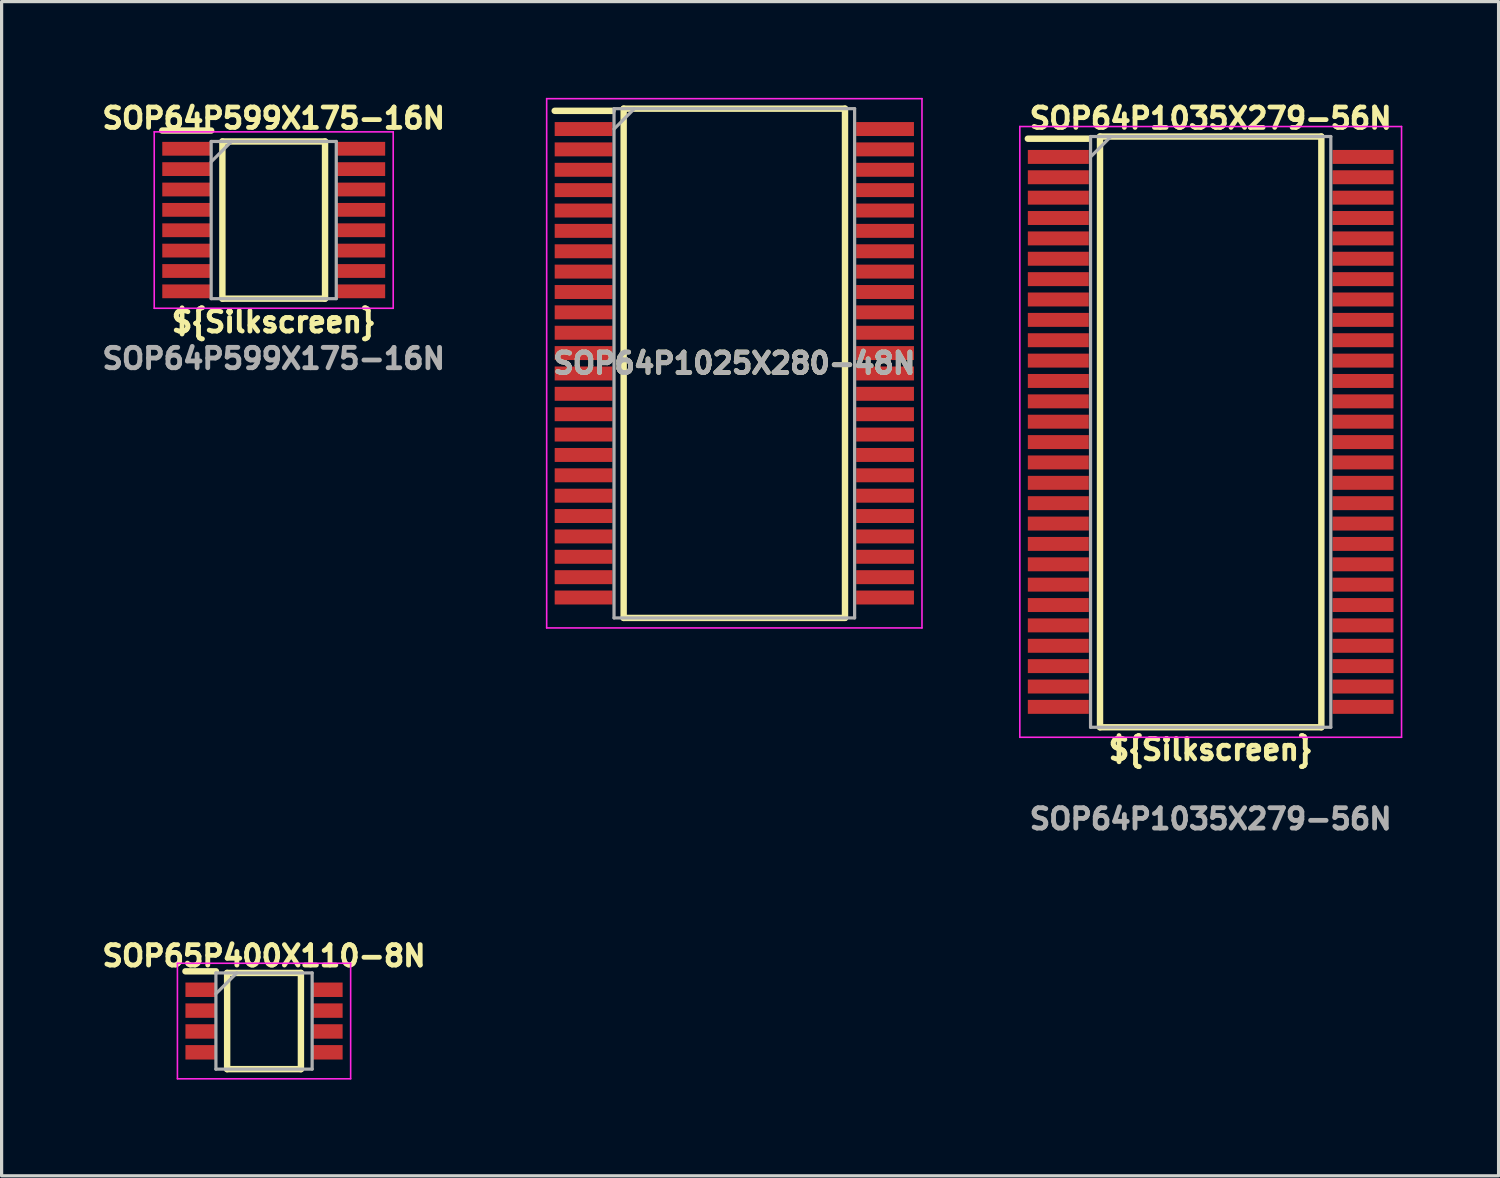
<source format=kicad_pcb>
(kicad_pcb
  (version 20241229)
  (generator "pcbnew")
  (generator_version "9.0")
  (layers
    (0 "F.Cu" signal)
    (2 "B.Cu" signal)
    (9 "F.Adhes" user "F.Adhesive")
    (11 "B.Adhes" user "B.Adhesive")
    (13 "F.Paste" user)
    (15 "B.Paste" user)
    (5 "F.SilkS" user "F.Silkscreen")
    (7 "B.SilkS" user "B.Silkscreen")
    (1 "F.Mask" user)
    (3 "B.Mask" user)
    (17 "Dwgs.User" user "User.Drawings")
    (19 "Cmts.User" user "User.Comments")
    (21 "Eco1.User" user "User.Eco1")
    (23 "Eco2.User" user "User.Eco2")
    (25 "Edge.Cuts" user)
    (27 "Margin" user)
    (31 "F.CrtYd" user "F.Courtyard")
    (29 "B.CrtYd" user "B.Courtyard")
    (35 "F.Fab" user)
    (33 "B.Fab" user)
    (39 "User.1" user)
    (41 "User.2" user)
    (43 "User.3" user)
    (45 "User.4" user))
  (footprint "SOP65P400X110-8N"
    (layer "F.Cu")
    (at 5.181 28.78)
    (property "Reference" "SOP65P400X110-8N" (at 0 -2.032 0) (layer "F.SilkS") (effects (font (size 0.635 0.635) (thickness 0.15))))
    (attr smd)
    (fp_line (start -2.45 -1.55) (end -1.5 -1.55) (stroke (width 0.2) (type solid)) (layer "F.SilkS"))
    (fp_line (start -1.15 -1.5) (end 1.15 -1.5) (stroke (width 0.2) (type solid)) (layer "F.SilkS"))
    (fp_line (start -1.15 1.5) (end -1.15 -1.5) (stroke (width 0.2) (type solid)) (layer "F.SilkS"))
    (fp_line (start 1.15 -1.5) (end 1.15 1.5) (stroke (width 0.2) (type solid)) (layer "F.SilkS"))
    (fp_line (start 1.15 1.5) (end -1.15 1.5) (stroke (width 0.2) (type solid)) (layer "F.SilkS"))
    (fp_line (start -2.7 -1.8) (end 2.7 -1.8) (stroke (width 0.05) (type solid)) (layer "F.CrtYd"))
    (fp_line (start -2.7 1.8) (end -2.7 -1.8) (stroke (width 0.05) (type solid)) (layer "F.CrtYd"))
    (fp_line (start 2.7 -1.8) (end 2.7 1.8) (stroke (width 0.05) (type solid)) (layer "F.CrtYd"))
    (fp_line (start 2.7 1.8) (end -2.7 1.8) (stroke (width 0.05) (type solid)) (layer "F.CrtYd"))
    (fp_line (start -1.5 -1.5) (end 1.5 -1.5) (stroke (width 0.1) (type solid)) (layer "F.Fab"))
    (fp_line (start -1.5 -0.85) (end -0.85 -1.5) (stroke (width 0.1) (type solid)) (layer "F.Fab"))
    (fp_line (start -1.5 1.5) (end -1.5 -1.5) (stroke (width 0.1) (type solid)) (layer "F.Fab"))
    (fp_line (start 1.5 -1.5) (end 1.5 1.5) (stroke (width 0.1) (type solid)) (layer "F.Fab"))
    (fp_line (start 1.5 1.5) (end -1.5 1.5) (stroke (width 0.1) (type solid)) (layer "F.Fab"))
    (pad "1" smd rect (at -1.975 -0.975 90) (size 0.45 0.95) (layers "F.Cu" "F.Mask" "F.Paste"))
    (pad "2" smd rect (at -1.975 -0.325 90) (size 0.45 0.95) (layers "F.Cu" "F.Mask" "F.Paste"))
    (pad "3" smd rect (at -1.975 0.325 90) (size 0.45 0.95) (layers "F.Cu" "F.Mask" "F.Paste"))
    (pad "4" smd rect (at -1.975 0.975 90) (size 0.45 0.95) (layers "F.Cu" "F.Mask" "F.Paste"))
    (pad "5" smd rect (at 1.975 0.975 90) (size 0.45 0.95) (layers "F.Cu" "F.Mask" "F.Paste"))
    (pad "6" smd rect (at 1.975 0.325 90) (size 0.45 0.95) (layers "F.Cu" "F.Mask" "F.Paste"))
    (pad "7" smd rect (at 1.975 -0.325 90) (size 0.45 0.95) (layers "F.Cu" "F.Mask" "F.Paste"))
    (pad "8" smd rect (at 1.975 -0.975 90) (size 0.45 0.95) (layers "F.Cu" "F.Mask" "F.Paste")))
  (footprint "SOP64P1035X279-56N"
    (layer "F.Cu")
    (at 34.692 10.414)
    (property "Reference" "SOP64P1035X279-56N" (at 0 -9.779 0) (layer "F.SilkS") (effects (font (size 0.635 0.635) (thickness 0.15))))
    (attr smd)
    (fp_line (start -5.7 -9.14) (end -3.8 -9.14) (stroke (width 0.2) (type solid)) (layer "F.SilkS"))
    (fp_line (start -3.45 -9.208) (end 3.45 -9.208) (stroke (width 0.2) (type solid)) (layer "F.SilkS"))
    (fp_line (start -3.45 9.208) (end -3.45 -9.208) (stroke (width 0.2) (type solid)) (layer "F.SilkS"))
    (fp_line (start 3.45 -9.208) (end 3.45 9.208) (stroke (width 0.2) (type solid)) (layer "F.SilkS"))
    (fp_line (start 3.45 9.208) (end -3.45 9.208) (stroke (width 0.2) (type solid)) (layer "F.SilkS"))
    (fp_line (start -5.95 -9.52) (end 5.95 -9.52) (stroke (width 0.05) (type solid)) (layer "F.CrtYd"))
    (fp_line (start -5.95 9.52) (end -5.95 -9.52) (stroke (width 0.05) (type solid)) (layer "F.CrtYd"))
    (fp_line (start 5.95 -9.52) (end 5.95 9.52) (stroke (width 0.05) (type solid)) (layer "F.CrtYd"))
    (fp_line (start 5.95 9.52) (end -5.95 9.52) (stroke (width 0.05) (type solid)) (layer "F.CrtYd"))
    (fp_line (start -3.745 -9.208) (end 3.745 -9.208) (stroke (width 0.1) (type solid)) (layer "F.Fab"))
    (fp_line (start -3.745 -8.572) (end -3.11 -9.208) (stroke (width 0.1) (type solid)) (layer "F.Fab"))
    (fp_line (start -3.745 9.208) (end -3.745 -9.208) (stroke (width 0.1) (type solid)) (layer "F.Fab"))
    (fp_line (start 3.745 -9.208) (end 3.745 9.208) (stroke (width 0.1) (type solid)) (layer "F.Fab"))
    (fp_line (start 3.745 9.208) (end -3.745 9.208) (stroke (width 0.1) (type solid)) (layer "F.Fab"))
    (fp_text user "${Silkscreen}" (at 0 9.906 0) (layer "F.SilkS") (effects (font (size 0.635 0.635) (thickness 0.15))))
    (fp_text user "${REFERENCE}" (at 0 12.065 0) (layer "F.Fab") (effects (font (size 0.635 0.635) (thickness 0.15))))
    (pad "1" smd rect (at -4.75 -8.572 90) (size 0.435 1.9) (layers "F.Cu" "F.Mask" "F.Paste"))
    (pad "2" smd rect (at -4.75 -7.938 90) (size 0.435 1.9) (layers "F.Cu" "F.Mask" "F.Paste"))
    (pad "3" smd rect (at -4.75 -7.302 90) (size 0.435 1.9) (layers "F.Cu" "F.Mask" "F.Paste"))
    (pad "4" smd rect (at -4.75 -6.668 90) (size 0.435 1.9) (layers "F.Cu" "F.Mask" "F.Paste"))
    (pad "5" smd rect (at -4.75 -6.032 90) (size 0.435 1.9) (layers "F.Cu" "F.Mask" "F.Paste"))
    (pad "6" smd rect (at -4.75 -5.398 90) (size 0.435 1.9) (layers "F.Cu" "F.Mask" "F.Paste"))
    (pad "7" smd rect (at -4.75 -4.762 90) (size 0.435 1.9) (layers "F.Cu" "F.Mask" "F.Paste"))
    (pad "8" smd rect (at -4.75 -4.128 90) (size 0.435 1.9) (layers "F.Cu" "F.Mask" "F.Paste"))
    (pad "9" smd rect (at -4.75 -3.492 90) (size 0.435 1.9) (layers "F.Cu" "F.Mask" "F.Paste"))
    (pad "10" smd rect (at -4.75 -2.858 90) (size 0.435 1.9) (layers "F.Cu" "F.Mask" "F.Paste"))
    (pad "11" smd rect (at -4.75 -2.222 90) (size 0.435 1.9) (layers "F.Cu" "F.Mask" "F.Paste"))
    (pad "12" smd rect (at -4.75 -1.588 90) (size 0.435 1.9) (layers "F.Cu" "F.Mask" "F.Paste"))
    (pad "13" smd rect (at -4.75 -0.952 90) (size 0.435 1.9) (layers "F.Cu" "F.Mask" "F.Paste"))
    (pad "14" smd rect (at -4.75 -0.318 90) (size 0.435 1.9) (layers "F.Cu" "F.Mask" "F.Paste"))
    (pad "15" smd rect (at -4.75 0.318 90) (size 0.435 1.9) (layers "F.Cu" "F.Mask" "F.Paste"))
    (pad "16" smd rect (at -4.75 0.952 90) (size 0.435 1.9) (layers "F.Cu" "F.Mask" "F.Paste"))
    (pad "17" smd rect (at -4.75 1.588 90) (size 0.435 1.9) (layers "F.Cu" "F.Mask" "F.Paste"))
    (pad "18" smd rect (at -4.75 2.222 90) (size 0.435 1.9) (layers "F.Cu" "F.Mask" "F.Paste"))
    (pad "19" smd rect (at -4.75 2.858 90) (size 0.435 1.9) (layers "F.Cu" "F.Mask" "F.Paste"))
    (pad "20" smd rect (at -4.75 3.492 90) (size 0.435 1.9) (layers "F.Cu" "F.Mask" "F.Paste"))
    (pad "21" smd rect (at -4.75 4.128 90) (size 0.435 1.9) (layers "F.Cu" "F.Mask" "F.Paste"))
    (pad "22" smd rect (at -4.75 4.762 90) (size 0.435 1.9) (layers "F.Cu" "F.Mask" "F.Paste"))
    (pad "23" smd rect (at -4.75 5.398 90) (size 0.435 1.9) (layers "F.Cu" "F.Mask" "F.Paste"))
    (pad "24" smd rect (at -4.75 6.032 90) (size 0.435 1.9) (layers "F.Cu" "F.Mask" "F.Paste"))
    (pad "25" smd rect (at -4.75 6.668 90) (size 0.435 1.9) (layers "F.Cu" "F.Mask" "F.Paste"))
    (pad "26" smd rect (at -4.75 7.302 90) (size 0.435 1.9) (layers "F.Cu" "F.Mask" "F.Paste"))
    (pad "27" smd rect (at -4.75 7.938 90) (size 0.435 1.9) (layers "F.Cu" "F.Mask" "F.Paste"))
    (pad "28" smd rect (at -4.75 8.572 90) (size 0.435 1.9) (layers "F.Cu" "F.Mask" "F.Paste"))
    (pad "29" smd rect (at 4.75 8.572 90) (size 0.435 1.9) (layers "F.Cu" "F.Mask" "F.Paste"))
    (pad "30" smd rect (at 4.75 7.938 90) (size 0.435 1.9) (layers "F.Cu" "F.Mask" "F.Paste"))
    (pad "31" smd rect (at 4.75 7.302 90) (size 0.435 1.9) (layers "F.Cu" "F.Mask" "F.Paste"))
    (pad "32" smd rect (at 4.75 6.668 90) (size 0.435 1.9) (layers "F.Cu" "F.Mask" "F.Paste"))
    (pad "33" smd rect (at 4.75 6.032 90) (size 0.435 1.9) (layers "F.Cu" "F.Mask" "F.Paste"))
    (pad "34" smd rect (at 4.75 5.398 90) (size 0.435 1.9) (layers "F.Cu" "F.Mask" "F.Paste"))
    (pad "35" smd rect (at 4.75 4.762 90) (size 0.435 1.9) (layers "F.Cu" "F.Mask" "F.Paste"))
    (pad "36" smd rect (at 4.75 4.128 90) (size 0.435 1.9) (layers "F.Cu" "F.Mask" "F.Paste"))
    (pad "37" smd rect (at 4.75 3.492 90) (size 0.435 1.9) (layers "F.Cu" "F.Mask" "F.Paste"))
    (pad "38" smd rect (at 4.75 2.858 90) (size 0.435 1.9) (layers "F.Cu" "F.Mask" "F.Paste"))
    (pad "39" smd rect (at 4.75 2.222 90) (size 0.435 1.9) (layers "F.Cu" "F.Mask" "F.Paste"))
    (pad "40" smd rect (at 4.75 1.588 90) (size 0.435 1.9) (layers "F.Cu" "F.Mask" "F.Paste"))
    (pad "41" smd rect (at 4.75 0.952 90) (size 0.435 1.9) (layers "F.Cu" "F.Mask" "F.Paste"))
    (pad "42" smd rect (at 4.75 0.318 90) (size 0.435 1.9) (layers "F.Cu" "F.Mask" "F.Paste"))
    (pad "43" smd rect (at 4.75 -0.318 90) (size 0.435 1.9) (layers "F.Cu" "F.Mask" "F.Paste"))
    (pad "44" smd rect (at 4.75 -0.952 90) (size 0.435 1.9) (layers "F.Cu" "F.Mask" "F.Paste"))
    (pad "45" smd rect (at 4.75 -1.588 90) (size 0.435 1.9) (layers "F.Cu" "F.Mask" "F.Paste"))
    (pad "46" smd rect (at 4.75 -2.222 90) (size 0.435 1.9) (layers "F.Cu" "F.Mask" "F.Paste"))
    (pad "47" smd rect (at 4.75 -2.858 90) (size 0.435 1.9) (layers "F.Cu" "F.Mask" "F.Paste"))
    (pad "48" smd rect (at 4.75 -3.492 90) (size 0.435 1.9) (layers "F.Cu" "F.Mask" "F.Paste"))
    (pad "49" smd rect (at 4.75 -4.128 90) (size 0.435 1.9) (layers "F.Cu" "F.Mask" "F.Paste"))
    (pad "50" smd rect (at 4.75 -4.762 90) (size 0.435 1.9) (layers "F.Cu" "F.Mask" "F.Paste"))
    (pad "51" smd rect (at 4.75 -5.398 90) (size 0.435 1.9) (layers "F.Cu" "F.Mask" "F.Paste"))
    (pad "52" smd rect (at 4.75 -6.032 90) (size 0.435 1.9) (layers "F.Cu" "F.Mask" "F.Paste"))
    (pad "53" smd rect (at 4.75 -6.668 90) (size 0.435 1.9) (layers "F.Cu" "F.Mask" "F.Paste"))
    (pad "54" smd rect (at 4.75 -7.302 90) (size 0.435 1.9) (layers "F.Cu" "F.Mask" "F.Paste"))
    (pad "55" smd rect (at 4.75 -7.938 90) (size 0.435 1.9) (layers "F.Cu" "F.Mask" "F.Paste"))
    (pad "56" smd rect (at 4.75 -8.572 90) (size 0.435 1.9) (layers "F.Cu" "F.Mask" "F.Paste")))
  (footprint "SOP64P1025X280-48N"
    (layer "F.Cu")
    (at 19.842 8.275)
    (property "Reference" "SOP64P1025X280-48N" (at 0 0 0) (layer "F.SilkS") (effects (font (size 0.635 0.635) (thickness 0.15))))
    (attr smd)
    (fp_line (start -5.6 -7.87) (end -3.8 -7.87) (stroke (width 0.2) (type solid)) (layer "F.SilkS"))
    (fp_line (start -3.45 -7.938) (end 3.45 -7.938) (stroke (width 0.2) (type solid)) (layer "F.SilkS"))
    (fp_line (start -3.45 7.938) (end -3.45 -7.938) (stroke (width 0.2) (type solid)) (layer "F.SilkS"))
    (fp_line (start 3.45 -7.938) (end 3.45 7.938) (stroke (width 0.2) (type solid)) (layer "F.SilkS"))
    (fp_line (start 3.45 7.938) (end -3.45 7.938) (stroke (width 0.2) (type solid)) (layer "F.SilkS"))
    (fp_line (start -5.85 -8.25) (end 5.85 -8.25) (stroke (width 0.05) (type solid)) (layer "F.CrtYd"))
    (fp_line (start -5.85 8.25) (end -5.85 -8.25) (stroke (width 0.05) (type solid)) (layer "F.CrtYd"))
    (fp_line (start 5.85 -8.25) (end 5.85 8.25) (stroke (width 0.05) (type solid)) (layer "F.CrtYd"))
    (fp_line (start 5.85 8.25) (end -5.85 8.25) (stroke (width 0.05) (type solid)) (layer "F.CrtYd"))
    (fp_line (start -3.75 -7.938) (end 3.75 -7.938) (stroke (width 0.1) (type solid)) (layer "F.Fab"))
    (fp_line (start -3.75 -7.302) (end -3.115 -7.938) (stroke (width 0.1) (type solid)) (layer "F.Fab"))
    (fp_line (start -3.75 7.938) (end -3.75 -7.938) (stroke (width 0.1) (type solid)) (layer "F.Fab"))
    (fp_line (start 3.75 -7.938) (end 3.75 7.938) (stroke (width 0.1) (type solid)) (layer "F.Fab"))
    (fp_line (start 3.75 7.938) (end -3.75 7.938) (stroke (width 0.1) (type solid)) (layer "F.Fab"))
    (fp_text user "${REFERENCE}" (at 0 0 0) (layer "F.Fab") (effects (font (size 0.635 0.635) (thickness 0.15))))
    (pad "1" smd rect (at -4.7 -7.302 90) (size 0.435 1.8) (layers "F.Cu" "F.Mask" "F.Paste"))
    (pad "2" smd rect (at -4.7 -6.668 90) (size 0.435 1.8) (layers "F.Cu" "F.Mask" "F.Paste"))
    (pad "3" smd rect (at -4.7 -6.032 90) (size 0.435 1.8) (layers "F.Cu" "F.Mask" "F.Paste"))
    (pad "4" smd rect (at -4.7 -5.398 90) (size 0.435 1.8) (layers "F.Cu" "F.Mask" "F.Paste"))
    (pad "5" smd rect (at -4.7 -4.762 90) (size 0.435 1.8) (layers "F.Cu" "F.Mask" "F.Paste"))
    (pad "6" smd rect (at -4.7 -4.128 90) (size 0.435 1.8) (layers "F.Cu" "F.Mask" "F.Paste"))
    (pad "7" smd rect (at -4.7 -3.492 90) (size 0.435 1.8) (layers "F.Cu" "F.Mask" "F.Paste"))
    (pad "8" smd rect (at -4.7 -2.858 90) (size 0.435 1.8) (layers "F.Cu" "F.Mask" "F.Paste"))
    (pad "9" smd rect (at -4.7 -2.222 90) (size 0.435 1.8) (layers "F.Cu" "F.Mask" "F.Paste"))
    (pad "10" smd rect (at -4.7 -1.588 90) (size 0.435 1.8) (layers "F.Cu" "F.Mask" "F.Paste"))
    (pad "11" smd rect (at -4.7 -0.952 90) (size 0.435 1.8) (layers "F.Cu" "F.Mask" "F.Paste"))
    (pad "12" smd rect (at -4.7 -0.318 90) (size 0.435 1.8) (layers "F.Cu" "F.Mask" "F.Paste"))
    (pad "13" smd rect (at -4.7 0.318 90) (size 0.435 1.8) (layers "F.Cu" "F.Mask" "F.Paste"))
    (pad "14" smd rect (at -4.7 0.952 90) (size 0.435 1.8) (layers "F.Cu" "F.Mask" "F.Paste"))
    (pad "15" smd rect (at -4.7 1.588 90) (size 0.435 1.8) (layers "F.Cu" "F.Mask" "F.Paste"))
    (pad "16" smd rect (at -4.7 2.222 90) (size 0.435 1.8) (layers "F.Cu" "F.Mask" "F.Paste"))
    (pad "17" smd rect (at -4.7 2.858 90) (size 0.435 1.8) (layers "F.Cu" "F.Mask" "F.Paste"))
    (pad "18" smd rect (at -4.7 3.492 90) (size 0.435 1.8) (layers "F.Cu" "F.Mask" "F.Paste"))
    (pad "19" smd rect (at -4.7 4.128 90) (size 0.435 1.8) (layers "F.Cu" "F.Mask" "F.Paste"))
    (pad "20" smd rect (at -4.7 4.762 90) (size 0.435 1.8) (layers "F.Cu" "F.Mask" "F.Paste"))
    (pad "21" smd rect (at -4.7 5.398 90) (size 0.435 1.8) (layers "F.Cu" "F.Mask" "F.Paste"))
    (pad "22" smd rect (at -4.7 6.032 90) (size 0.435 1.8) (layers "F.Cu" "F.Mask" "F.Paste"))
    (pad "23" smd rect (at -4.7 6.668 90) (size 0.435 1.8) (layers "F.Cu" "F.Mask" "F.Paste"))
    (pad "24" smd rect (at -4.7 7.302 90) (size 0.435 1.8) (layers "F.Cu" "F.Mask" "F.Paste"))
    (pad "25" smd rect (at 4.7 7.302 90) (size 0.435 1.8) (layers "F.Cu" "F.Mask" "F.Paste"))
    (pad "26" smd rect (at 4.7 6.668 90) (size 0.435 1.8) (layers "F.Cu" "F.Mask" "F.Paste"))
    (pad "27" smd rect (at 4.7 6.032 90) (size 0.435 1.8) (layers "F.Cu" "F.Mask" "F.Paste"))
    (pad "28" smd rect (at 4.7 5.398 90) (size 0.435 1.8) (layers "F.Cu" "F.Mask" "F.Paste"))
    (pad "29" smd rect (at 4.7 4.762 90) (size 0.435 1.8) (layers "F.Cu" "F.Mask" "F.Paste"))
    (pad "30" smd rect (at 4.7 4.128 90) (size 0.435 1.8) (layers "F.Cu" "F.Mask" "F.Paste"))
    (pad "31" smd rect (at 4.7 3.492 90) (size 0.435 1.8) (layers "F.Cu" "F.Mask" "F.Paste"))
    (pad "32" smd rect (at 4.7 2.858 90) (size 0.435 1.8) (layers "F.Cu" "F.Mask" "F.Paste"))
    (pad "33" smd rect (at 4.7 2.222 90) (size 0.435 1.8) (layers "F.Cu" "F.Mask" "F.Paste"))
    (pad "34" smd rect (at 4.7 1.588 90) (size 0.435 1.8) (layers "F.Cu" "F.Mask" "F.Paste"))
    (pad "35" smd rect (at 4.7 0.952 90) (size 0.435 1.8) (layers "F.Cu" "F.Mask" "F.Paste"))
    (pad "36" smd rect (at 4.7 0.318 90) (size 0.435 1.8) (layers "F.Cu" "F.Mask" "F.Paste"))
    (pad "37" smd rect (at 4.7 -0.318 90) (size 0.435 1.8) (layers "F.Cu" "F.Mask" "F.Paste"))
    (pad "38" smd rect (at 4.7 -0.952 90) (size 0.435 1.8) (layers "F.Cu" "F.Mask" "F.Paste"))
    (pad "39" smd rect (at 4.7 -1.588 90) (size 0.435 1.8) (layers "F.Cu" "F.Mask" "F.Paste"))
    (pad "40" smd rect (at 4.7 -2.222 90) (size 0.435 1.8) (layers "F.Cu" "F.Mask" "F.Paste"))
    (pad "41" smd rect (at 4.7 -2.858 90) (size 0.435 1.8) (layers "F.Cu" "F.Mask" "F.Paste"))
    (pad "42" smd rect (at 4.7 -3.492 90) (size 0.435 1.8) (layers "F.Cu" "F.Mask" "F.Paste"))
    (pad "43" smd rect (at 4.7 -4.128 90) (size 0.435 1.8) (layers "F.Cu" "F.Mask" "F.Paste"))
    (pad "44" smd rect (at 4.7 -4.762 90) (size 0.435 1.8) (layers "F.Cu" "F.Mask" "F.Paste"))
    (pad "45" smd rect (at 4.7 -5.398 90) (size 0.435 1.8) (layers "F.Cu" "F.Mask" "F.Paste"))
    (pad "46" smd rect (at 4.7 -6.032 90) (size 0.435 1.8) (layers "F.Cu" "F.Mask" "F.Paste"))
    (pad "47" smd rect (at 4.7 -6.668 90) (size 0.435 1.8) (layers "F.Cu" "F.Mask" "F.Paste"))
    (pad "48" smd rect (at 4.7 -7.302 90) (size 0.435 1.8) (layers "F.Cu" "F.Mask" "F.Paste")))
  (footprint "SOP64P599X175-16N"
    (layer "F.Cu")
    (at 5.483 3.81)
    (property "Reference" "SOP64P599X175-16N" (at 0 -3.175 0) (layer "F.SilkS") (effects (font (size 0.635 0.635) (thickness 0.15) (bold yes))))
    (attr smd)
    (fp_line (start -3.475 -2.79) (end -1.95 -2.79) (stroke (width 0.2) (type solid)) (layer "F.SilkS"))
    (fp_line (start -1.6 -2.45) (end 1.6 -2.45) (stroke (width 0.2) (type solid)) (layer "F.SilkS"))
    (fp_line (start -1.6 2.45) (end -1.6 -2.45) (stroke (width 0.2) (type solid)) (layer "F.SilkS"))
    (fp_line (start 1.6 -2.45) (end 1.6 2.45) (stroke (width 0.2) (type solid)) (layer "F.SilkS"))
    (fp_line (start 1.6 2.45) (end -1.6 2.45) (stroke (width 0.2) (type solid)) (layer "F.SilkS"))
    (fp_line (start -3.725 -2.75) (end 3.725 -2.75) (stroke (width 0.05) (type solid)) (layer "F.CrtYd"))
    (fp_line (start -3.725 2.75) (end -3.725 -2.75) (stroke (width 0.05) (type solid)) (layer "F.CrtYd"))
    (fp_line (start 3.725 -2.75) (end 3.725 2.75) (stroke (width 0.05) (type solid)) (layer "F.CrtYd"))
    (fp_line (start 3.725 2.75) (end -3.725 2.75) (stroke (width 0.05) (type solid)) (layer "F.CrtYd"))
    (fp_line (start -1.95 -2.45) (end 1.95 -2.45) (stroke (width 0.1) (type solid)) (layer "F.Fab"))
    (fp_line (start -1.95 -1.815) (end -1.315 -2.45) (stroke (width 0.1) (type solid)) (layer "F.Fab"))
    (fp_line (start -1.95 2.45) (end -1.95 -2.45) (stroke (width 0.1) (type solid)) (layer "F.Fab"))
    (fp_line (start 1.95 -2.45) (end 1.95 2.45) (stroke (width 0.1) (type solid)) (layer "F.Fab"))
    (fp_line (start 1.95 2.45) (end -1.95 2.45) (stroke (width 0.1) (type solid)) (layer "F.Fab"))
    (fp_text user "${Silkscreen" (at 0 3.175 0) (layer "F.SilkS") (effects (font (size 0.635 0.635) (thickness 0.15))))
    (fp_text user "${REFERENCE}" (at 0 4.318 0) (layer "F.Fab") (effects (font (size 0.635 0.635) (thickness 0.15))))
    (pad "1" smd rect (at -2.712 -2.222 90) (size 0.43 1.525) (layers "F.Cu" "F.Mask" "F.Paste"))
    (pad "2" smd rect (at -2.712 -1.588 90) (size 0.43 1.525) (layers "F.Cu" "F.Mask" "F.Paste"))
    (pad "3" smd rect (at -2.712 -0.952 90) (size 0.43 1.525) (layers "F.Cu" "F.Mask" "F.Paste"))
    (pad "4" smd rect (at -2.712 -0.318 90) (size 0.43 1.525) (layers "F.Cu" "F.Mask" "F.Paste"))
    (pad "5" smd rect (at -2.712 0.318 90) (size 0.43 1.525) (layers "F.Cu" "F.Mask" "F.Paste"))
    (pad "6" smd rect (at -2.712 0.952 90) (size 0.43 1.525) (layers "F.Cu" "F.Mask" "F.Paste"))
    (pad "7" smd rect (at -2.712 1.588 90) (size 0.43 1.525) (layers "F.Cu" "F.Mask" "F.Paste"))
    (pad "8" smd rect (at -2.712 2.222 90) (size 0.43 1.525) (layers "F.Cu" "F.Mask" "F.Paste"))
    (pad "9" smd rect (at 2.712 2.222 90) (size 0.43 1.525) (layers "F.Cu" "F.Mask" "F.Paste"))
    (pad "10" smd rect (at 2.712 1.588 90) (size 0.43 1.525) (layers "F.Cu" "F.Mask" "F.Paste"))
    (pad "11" smd rect (at 2.712 0.952 90) (size 0.43 1.525) (layers "F.Cu" "F.Mask" "F.Paste"))
    (pad "12" smd rect (at 2.712 0.318 90) (size 0.43 1.525) (layers "F.Cu" "F.Mask" "F.Paste"))
    (pad "13" smd rect (at 2.712 -0.318 90) (size 0.43 1.525) (layers "F.Cu" "F.Mask" "F.Paste"))
    (pad "14" smd rect (at 2.712 -0.952 90) (size 0.43 1.525) (layers "F.Cu" "F.Mask" "F.Paste"))
    (pad "15" smd rect (at 2.712 -1.588 90) (size 0.43 1.525) (layers "F.Cu" "F.Mask" "F.Paste"))
    (pad "16" smd rect (at 2.712 -2.222 90) (size 0.43 1.525) (layers "F.Cu" "F.Mask" "F.Paste")))
  (gr_rect
    (start -3 -3)
    (end 43.667 33.605)
    (stroke (width 0.1) (type default))
    (fill no)
    (layer "Edge.Cuts")))
</source>
